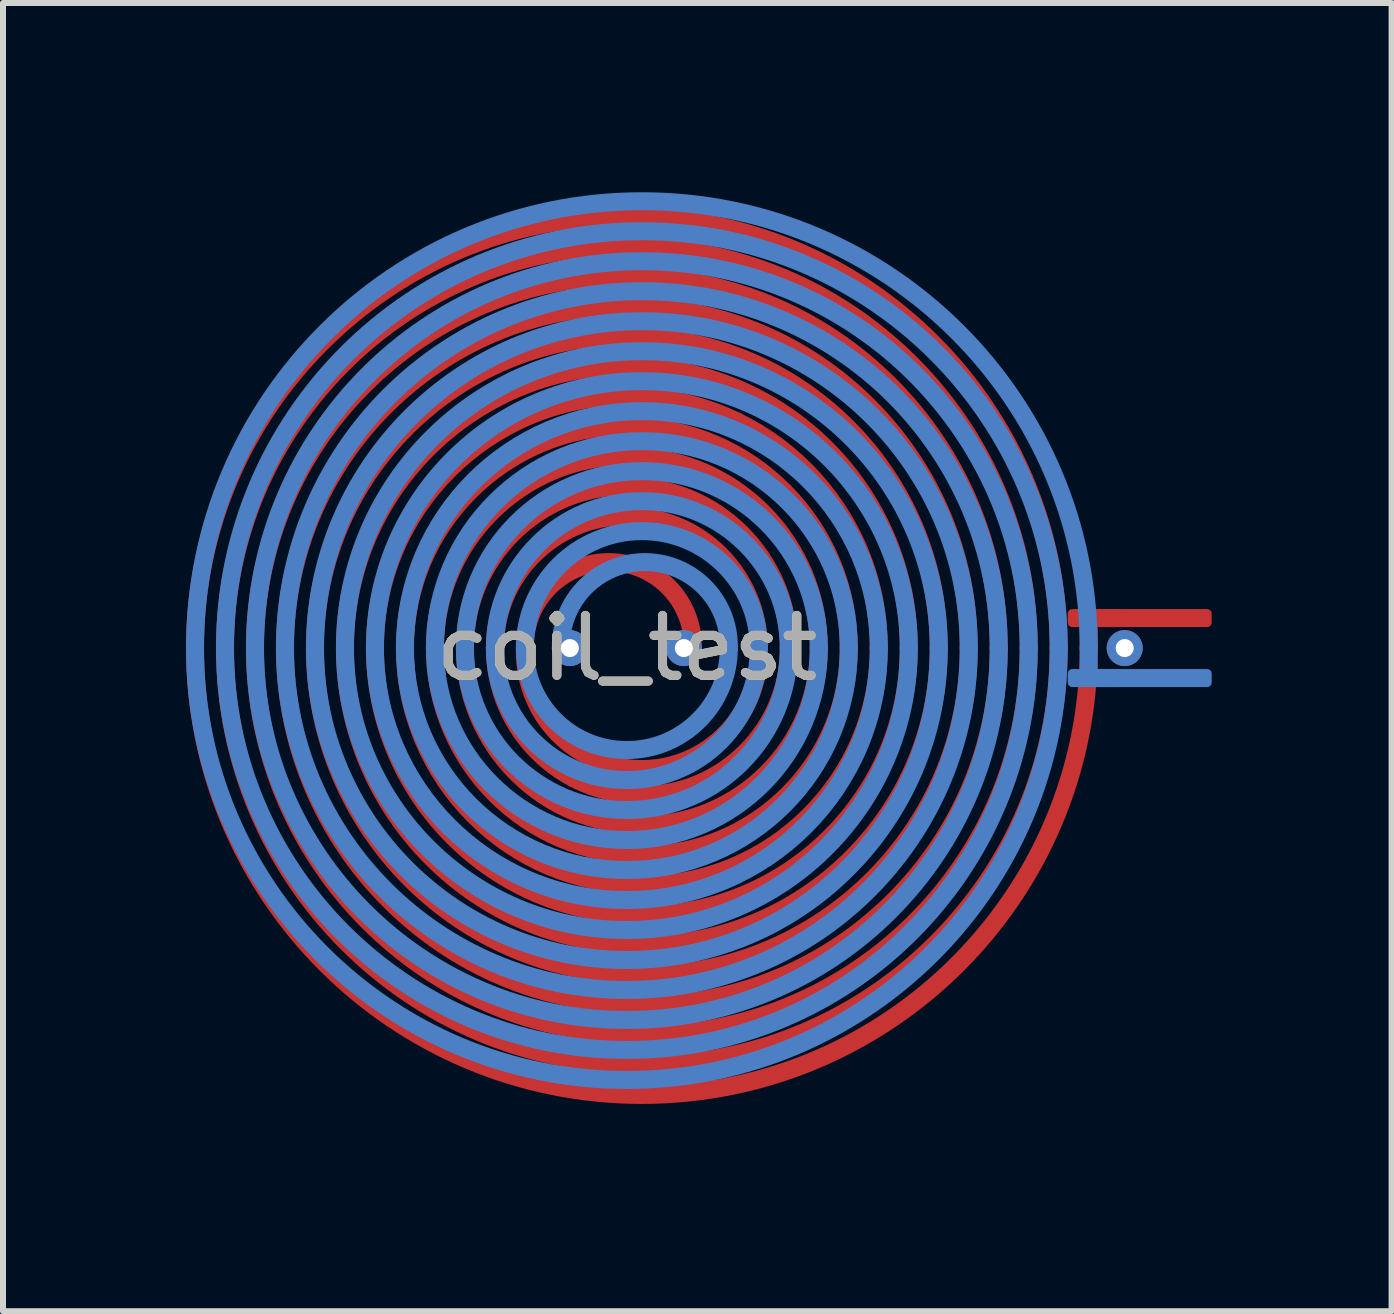
<source format=kicad_pcb>
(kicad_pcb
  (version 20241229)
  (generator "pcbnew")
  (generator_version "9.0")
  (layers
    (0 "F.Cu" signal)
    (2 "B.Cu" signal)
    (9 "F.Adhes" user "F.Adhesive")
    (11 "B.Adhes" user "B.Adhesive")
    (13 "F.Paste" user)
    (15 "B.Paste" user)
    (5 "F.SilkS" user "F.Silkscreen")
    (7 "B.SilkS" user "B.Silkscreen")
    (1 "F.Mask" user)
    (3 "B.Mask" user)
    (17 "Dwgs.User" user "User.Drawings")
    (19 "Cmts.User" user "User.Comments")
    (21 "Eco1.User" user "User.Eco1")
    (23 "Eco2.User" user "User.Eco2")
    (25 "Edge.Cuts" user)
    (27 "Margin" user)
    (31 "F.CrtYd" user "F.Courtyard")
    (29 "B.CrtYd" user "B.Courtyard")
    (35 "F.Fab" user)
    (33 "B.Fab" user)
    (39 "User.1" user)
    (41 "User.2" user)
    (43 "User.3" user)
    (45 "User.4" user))
  (footprint "coil_test"
    (layer "F.Cu")
    (at 7.401 7.755)
    (property "Reference" "coil_test" (at 0 0 0) (unlocked yes) (layer "F.SilkS") (effects (font (size 1 1) (thickness 0.15))))
    (attr smd)
    (fp_line (start 7.7 -0.5) (end 8.2 -0.5) (stroke (width 0.3) (type solid)) (layer "F.Cu"))
    (fp_line (start 7.7 0) (end 7.7 -0.5) (stroke (width 0.3) (type solid)) (layer "F.Cu"))
    (fp_arc (start -7.2 0) (mid 0 -7.2) (end 7.2 0) (stroke (width 0.3) (type solid)) (layer "F.Cu"))
    (fp_arc (start -6.7 0) (mid 0 -6.7) (end 6.7 0) (stroke (width 0.3) (type solid)) (layer "F.Cu"))
    (fp_arc (start -6.2 0) (mid 0 -6.2) (end 6.2 0) (stroke (width 0.3) (type solid)) (layer "F.Cu"))
    (fp_arc (start -5.7 0) (mid 0 -5.7) (end 5.7 0) (stroke (width 0.3) (type solid)) (layer "F.Cu"))
    (fp_arc (start -5.2 0) (mid 0 -5.2) (end 5.2 0) (stroke (width 0.3) (type solid)) (layer "F.Cu"))
    (fp_arc (start -4.7 0) (mid 0 -4.7) (end 4.7 0) (stroke (width 0.3) (type solid)) (layer "F.Cu"))
    (fp_arc (start -4.2 0) (mid 0 -4.2) (end 4.2 0) (stroke (width 0.3) (type solid)) (layer "F.Cu"))
    (fp_arc (start -3.7 0) (mid 0 -3.7) (end 3.7 0) (stroke (width 0.3) (type solid)) (layer "F.Cu"))
    (fp_arc (start -3.2 0) (mid 0 -3.2) (end 3.2 0) (stroke (width 0.3) (type solid)) (layer "F.Cu"))
    (fp_arc (start -2.7 0) (mid 0 -2.7) (end 2.7 0) (stroke (width 0.3) (type solid)) (layer "F.Cu"))
    (fp_arc (start -2.2 0) (mid 0 -2.2) (end 2.2 0) (stroke (width 0.3) (type solid)) (layer "F.Cu"))
    (fp_arc (start -1.7 0) (mid -0.6 -1.4) (end 1.1 0) (stroke (width 0.3) (type solid)) (layer "F.Cu"))
    (fp_arc (start 2.2 0) (mid -0.25 1.95) (end -1.7 0) (stroke (width 0.3) (type solid)) (layer "F.Cu"))
    (fp_arc (start 2.7 0) (mid 0.25 2.45) (end -2.2 0) (stroke (width 0.3) (type solid)) (layer "F.Cu"))
    (fp_arc (start 3.2 0) (mid 0.25 2.95) (end -2.7 0) (stroke (width 0.3) (type solid)) (layer "F.Cu"))
    (fp_arc (start 3.7 0) (mid 0.25 3.45) (end -3.2 0) (stroke (width 0.3) (type solid)) (layer "F.Cu"))
    (fp_arc (start 4.2 0) (mid 0.25 3.95) (end -3.7 0) (stroke (width 0.3) (type solid)) (layer "F.Cu"))
    (fp_arc (start 4.7 0) (mid 0.25 4.45) (end -4.2 0) (stroke (width 0.3) (type solid)) (layer "F.Cu"))
    (fp_arc (start 5.2 0) (mid 0.25 4.95) (end -4.7 0) (stroke (width 0.3) (type solid)) (layer "F.Cu"))
    (fp_arc (start 5.7 0) (mid 0.25 5.45) (end -5.2 0) (stroke (width 0.3) (type solid)) (layer "F.Cu"))
    (fp_arc (start 6.2 0) (mid 0.25 5.95) (end -5.7 0) (stroke (width 0.3) (type solid)) (layer "F.Cu"))
    (fp_arc (start 6.7 0) (mid 0.25 6.45) (end -6.2 0) (stroke (width 0.3) (type solid)) (layer "F.Cu"))
    (fp_arc (start 7.2 0) (mid 0.25 6.95) (end -6.7 0) (stroke (width 0.3) (type solid)) (layer "F.Cu"))
    (fp_arc (start 7.7 0) (mid 0.25 7.45) (end -7.2 0) (stroke (width 0.3) (type solid)) (layer "F.Cu"))
    (fp_line (start 7.7 0) (end 7.7 0.5) (stroke (width 0.3) (type solid)) (layer "B.Cu"))
    (fp_line (start 7.7 0.5) (end 8.2 0.5) (stroke (width 0.3) (type solid)) (layer "B.Cu"))
    (fp_arc (start -7.2 0) (mid 0.25 -7.45) (end 7.7 0) (stroke (width 0.3) (type solid)) (layer "B.Cu"))
    (fp_arc (start -6.7 0) (mid 0.25 -6.95) (end 7.2 0) (stroke (width 0.3) (type solid)) (layer "B.Cu"))
    (fp_arc (start -6.2 0) (mid 0.25 -6.45) (end 6.7 0) (stroke (width 0.3) (type solid)) (layer "B.Cu"))
    (fp_arc (start -5.7 0) (mid 0.25 -5.95) (end 6.2 0) (stroke (width 0.3) (type solid)) (layer "B.Cu"))
    (fp_arc (start -5.2 0) (mid 0.25 -5.45) (end 5.7 0) (stroke (width 0.3) (type solid)) (layer "B.Cu"))
    (fp_arc (start -4.7 0) (mid 0.25 -4.95) (end 5.2 0) (stroke (width 0.3) (type solid)) (layer "B.Cu"))
    (fp_arc (start -4.2 0) (mid 0.25 -4.45) (end 4.7 0) (stroke (width 0.3) (type solid)) (layer "B.Cu"))
    (fp_arc (start -3.7 0) (mid 0.25 -3.95) (end 4.2 0) (stroke (width 0.3) (type solid)) (layer "B.Cu"))
    (fp_arc (start -3.2 0) (mid 0.25 -3.45) (end 3.7 0) (stroke (width 0.3) (type solid)) (layer "B.Cu"))
    (fp_arc (start -2.7 0) (mid 0.25 -2.95) (end 3.2 0) (stroke (width 0.3) (type solid)) (layer "B.Cu"))
    (fp_arc (start -2.2 0) (mid 0.25 -2.45) (end 2.7 0) (stroke (width 0.3) (type solid)) (layer "B.Cu"))
    (fp_arc (start -1.7 0) (mid 0.25 -1.95) (end 2.2 0) (stroke (width 0.3) (type solid)) (layer "B.Cu"))
    (fp_arc (start -1.1 0) (mid 0.6 -1.4) (end 1.7 0) (stroke (width 0.3) (type solid)) (layer "B.Cu"))
    (fp_arc (start 1.7 0) (mid 0 1.7) (end -1.7 0) (stroke (width 0.3) (type solid)) (layer "B.Cu"))
    (fp_arc (start 2.2 0) (mid 0 2.2) (end -2.2 0) (stroke (width 0.3) (type solid)) (layer "B.Cu"))
    (fp_arc (start 2.7 0) (mid 0 2.7) (end -2.7 0) (stroke (width 0.3) (type solid)) (layer "B.Cu"))
    (fp_arc (start 3.2 0) (mid 0 3.2) (end -3.2 0) (stroke (width 0.3) (type solid)) (layer "B.Cu"))
    (fp_arc (start 3.7 0) (mid 0 3.7) (end -3.7 0) (stroke (width 0.3) (type solid)) (layer "B.Cu"))
    (fp_arc (start 4.2 0) (mid 0 4.2) (end -4.2 0) (stroke (width 0.3) (type solid)) (layer "B.Cu"))
    (fp_arc (start 4.7 0) (mid 0 4.7) (end -4.7 0) (stroke (width 0.3) (type solid)) (layer "B.Cu"))
    (fp_arc (start 5.2 0) (mid 0 5.2) (end -5.2 0) (stroke (width 0.3) (type solid)) (layer "B.Cu"))
    (fp_arc (start 5.7 0) (mid 0 5.7) (end -5.7 0) (stroke (width 0.3) (type solid)) (layer "B.Cu"))
    (fp_arc (start 6.2 0) (mid 0 6.2) (end -6.2 0) (stroke (width 0.3) (type solid)) (layer "B.Cu"))
    (fp_arc (start 6.7 0) (mid 0 6.7) (end -6.7 0) (stroke (width 0.3) (type solid)) (layer "B.Cu"))
    (fp_arc (start 7.2 0) (mid 0 7.2) (end -7.2 0) (stroke (width 0.3) (type solid)) (layer "B.Cu"))
    (fp_arc (start -7.25 0) (mid 0.8 -7.6) (end 8.3 0) (stroke (width 0.3) (type solid)) (layer "In1.Cu"))
    (fp_arc (start -6.7 0) (mid 0.25 -6.95) (end 7.2 0) (stroke (width 0.3) (type solid)) (layer "In1.Cu"))
    (fp_arc (start -6.2 0) (mid 0.25 -6.45) (end 6.7 0) (stroke (width 0.3) (type solid)) (layer "In1.Cu"))
    (fp_arc (start -5.7 0) (mid 0.25 -5.95) (end 6.2 0) (stroke (width 0.3) (type solid)) (layer "In1.Cu"))
    (fp_arc (start -5.2 0) (mid 0.25 -5.45) (end 5.7 0) (stroke (width 0.3) (type solid)) (layer "In1.Cu"))
    (fp_arc (start -4.7 0) (mid 0.25 -4.95) (end 5.2 0) (stroke (width 0.3) (type solid)) (layer "In1.Cu"))
    (fp_arc (start -4.2 0) (mid 0.25 -4.45) (end 4.7 0) (stroke (width 0.3) (type solid)) (layer "In1.Cu"))
    (fp_arc (start -3.7 0) (mid 0.25 -3.95) (end 4.2 0) (stroke (width 0.3) (type solid)) (layer "In1.Cu"))
    (fp_arc (start -3.2 0) (mid 0.25 -3.45) (end 3.7 0) (stroke (width 0.3) (type solid)) (layer "In1.Cu"))
    (fp_arc (start -2.7 0) (mid 0.25 -2.95) (end 3.2 0) (stroke (width 0.3) (type solid)) (layer "In1.Cu"))
    (fp_arc (start -2.2 0) (mid 0.25 -2.45) (end 2.7 0) (stroke (width 0.3) (type solid)) (layer "In1.Cu"))
    (fp_arc (start -1.7 0) (mid -0.25 -1.95) (end 2.2 0) (stroke (width 0.3) (type solid)) (layer "In1.Cu"))
    (fp_arc (start 1.1 0) (mid -0.6 1.4) (end -1.7 0) (stroke (width 0.3) (type solid)) (layer "In1.Cu"))
    (fp_arc (start 2.2 0) (mid 0 2.2) (end -2.2 0) (stroke (width 0.3) (type solid)) (layer "In1.Cu"))
    (fp_arc (start 2.7 0) (mid 0 2.7) (end -2.7 0) (stroke (width 0.3) (type solid)) (layer "In1.Cu"))
    (fp_arc (start 3.2 0) (mid 0 3.2) (end -3.2 0) (stroke (width 0.3) (type solid)) (layer "In1.Cu"))
    (fp_arc (start 3.7 0) (mid 0 3.7) (end -3.7 0) (stroke (width 0.3) (type solid)) (layer "In1.Cu"))
    (fp_arc (start 4.2 0) (mid 0 4.2) (end -4.2 0) (stroke (width 0.3) (type solid)) (layer "In1.Cu"))
    (fp_arc (start 4.7 0) (mid 0 4.7) (end -4.7 0) (stroke (width 0.3) (type solid)) (layer "In1.Cu"))
    (fp_arc (start 5.2 0) (mid 0 5.2) (end -5.2 0) (stroke (width 0.3) (type solid)) (layer "In1.Cu"))
    (fp_arc (start 5.7 0) (mid 0 5.7) (end -5.7 0) (stroke (width 0.3) (type solid)) (layer "In1.Cu"))
    (fp_arc (start 6.2 0) (mid 0 6.2) (end -6.2 0) (stroke (width 0.3) (type solid)) (layer "In1.Cu"))
    (fp_arc (start 6.7 0) (mid 0 6.7) (end -6.7 0) (stroke (width 0.3) (type solid)) (layer "In1.Cu"))
    (fp_arc (start 7.25 0) (mid 0.8 7.25) (end -7.25 0) (stroke (width 0.3) (type solid)) (layer "In1.Cu"))
    (fp_arc (start -7.25 0) (mid 0.8 -7.25) (end 7.25 0) (stroke (width 0.3) (type solid)) (layer "In2.Cu"))
    (fp_arc (start -6.7 0) (mid 0 -6.7) (end 6.7 0) (stroke (width 0.3) (type solid)) (layer "In2.Cu"))
    (fp_arc (start -6.2 0) (mid 0 -6.2) (end 6.2 0) (stroke (width 0.3) (type solid)) (layer "In2.Cu"))
    (fp_arc (start -5.7 0) (mid 0 -5.7) (end 5.7 0) (stroke (width 0.3) (type solid)) (layer "In2.Cu"))
    (fp_arc (start -5.2 0) (mid 0 -5.2) (end 5.2 0) (stroke (width 0.3) (type solid)) (layer "In2.Cu"))
    (fp_arc (start -4.7 0) (mid 0 -4.7) (end 4.7 0) (stroke (width 0.3) (type solid)) (layer "In2.Cu"))
    (fp_arc (start -4.2 0) (mid 0 -4.2) (end 4.2 0) (stroke (width 0.3) (type solid)) (layer "In2.Cu"))
    (fp_arc (start -3.7 0) (mid 0 -3.7) (end 3.7 0) (stroke (width 0.3) (type solid)) (layer "In2.Cu"))
    (fp_arc (start -3.2 0) (mid 0 -3.2) (end 3.2 0) (stroke (width 0.3) (type solid)) (layer "In2.Cu"))
    (fp_arc (start -2.7 0) (mid 0 -2.7) (end 2.7 0) (stroke (width 0.3) (type solid)) (layer "In2.Cu"))
    (fp_arc (start -2.2 0) (mid 0 -2.2) (end 2.2 0) (stroke (width 0.3) (type solid)) (layer "In2.Cu"))
    (fp_arc (start -1.7 0) (mid 0 -1.7) (end 1.7 0) (stroke (width 0.3) (type solid)) (layer "In2.Cu"))
    (fp_arc (start 1.7 0) (mid 0.6 1.4) (end -1.1 0) (stroke (width 0.3) (type solid)) (layer "In2.Cu"))
    (fp_arc (start 2.2 0) (mid 0.25 1.95) (end -1.7 0) (stroke (width 0.3) (type solid)) (layer "In2.Cu"))
    (fp_arc (start 2.7 0) (mid 0.25 2.45) (end -2.2 0) (stroke (width 0.3) (type solid)) (layer "In2.Cu"))
    (fp_arc (start 3.2 0) (mid 0.25 2.95) (end -2.7 0) (stroke (width 0.3) (type solid)) (layer "In2.Cu"))
    (fp_arc (start 3.7 0) (mid 0.25 3.45) (end -3.2 0) (stroke (width 0.3) (type solid)) (layer "In2.Cu"))
    (fp_arc (start 4.2 0) (mid 0.25 3.95) (end -3.7 0) (stroke (width 0.3) (type solid)) (layer "In2.Cu"))
    (fp_arc (start 4.7 0) (mid 0.25 4.45) (end -4.2 0) (stroke (width 0.3) (type solid)) (layer "In2.Cu"))
    (fp_arc (start 5.2 0) (mid 0.25 4.95) (end -4.7 0) (stroke (width 0.3) (type solid)) (layer "In2.Cu"))
    (fp_arc (start 5.7 0) (mid 0.25 5.45) (end -5.2 0) (stroke (width 0.3) (type solid)) (layer "In2.Cu"))
    (fp_arc (start 6.2 0) (mid 0.25 5.95) (end -5.7 0) (stroke (width 0.3) (type solid)) (layer "In2.Cu"))
    (fp_arc (start 6.7 0) (mid 0.25 6.45) (end -6.2 0) (stroke (width 0.3) (type solid)) (layer "In2.Cu"))
    (fp_arc (start 7.2 0) (mid 0.25 6.95) (end -6.7 0) (stroke (width 0.3) (type solid)) (layer "In2.Cu"))
    (fp_arc (start 8.3 0) (mid 0.8 7.9) (end -7.25 0) (stroke (width 0.3) (type solid)) (layer "In2.Cu"))
    (fp_text user "${REFERENCE}" (at 0 0 0) (unlocked yes) (layer "F.Fab") (effects (font (size 1 1) (thickness 0.15))))
    (pad "" thru_hole circle (at -0.95 0) (size 0.6 0.6) (drill 0.3) (layers "*.Cu" "*.Mask"))
    (pad "" thru_hole circle (at 0.95 0) (size 0.6 0.6) (drill 0.3) (layers "*.Cu" "*.Mask"))
    (pad "" thru_hole circle (at 8.3 0) (size 0.6 0.6) (drill 0.3) (layers "*.Cu" "*.Mask"))
    (pad "1" smd roundrect (at 8.55 -0.5) (size 2.4 0.3) (layers "F.Cu") (roundrect_rratio 0.25))
    (pad "2" smd roundrect (at 8.55 0.5) (size 2.4 0.3) (layers "B.Cu") (roundrect_rratio 0.25)))
  (gr_rect
    (start -3 -3)
    (end 20.151 18.81)
    (stroke (width 0.1) (type default))
    (fill no)
    (layer "Edge.Cuts")))
</source>
